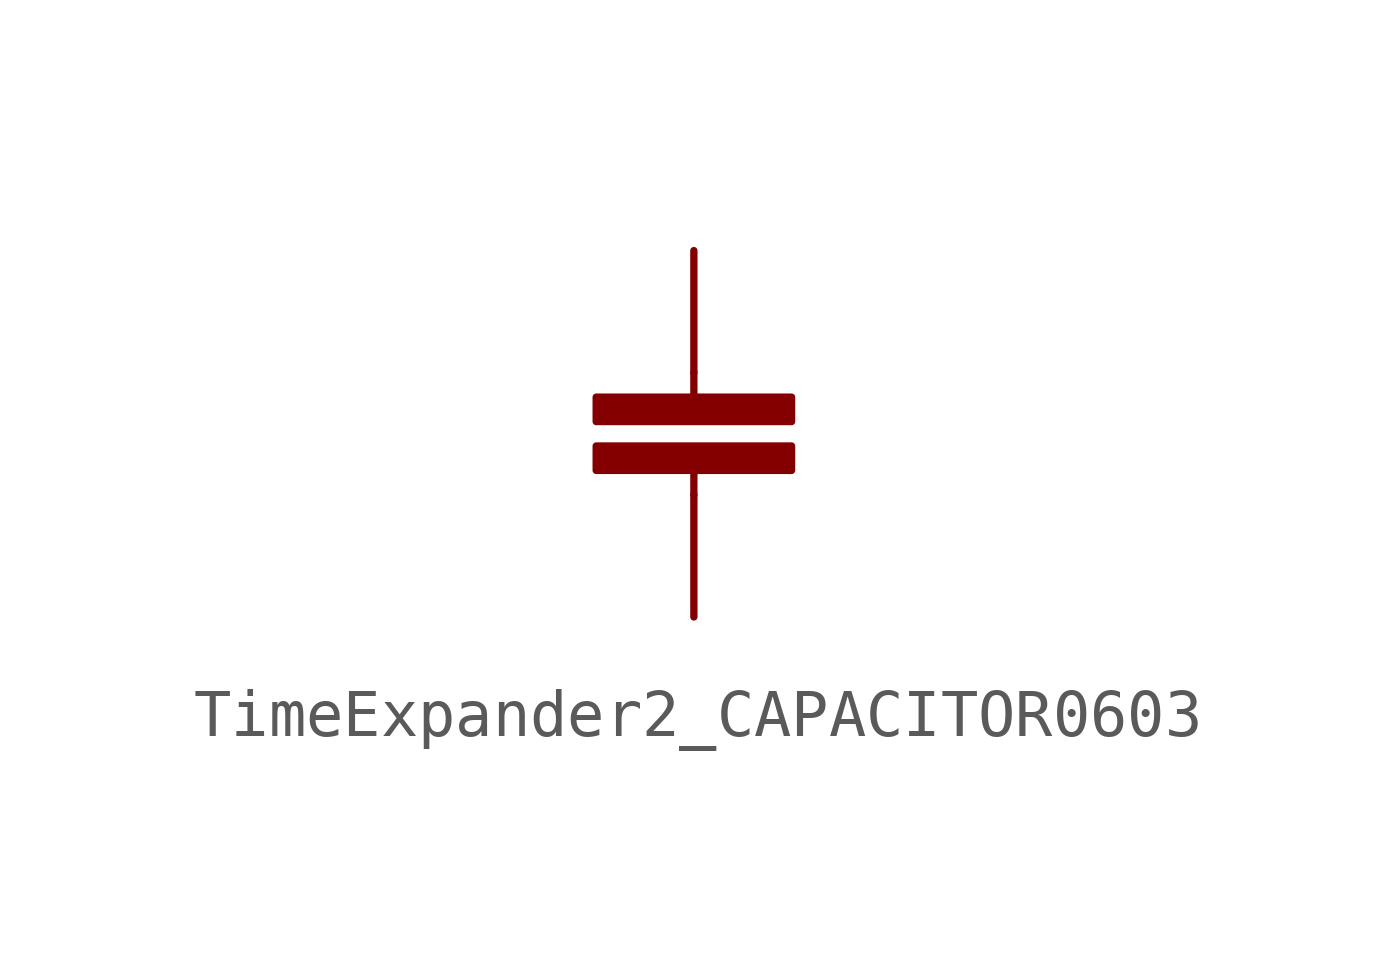
<source format=kicad_sym>
(kicad_symbol_lib
  (version 20231120)
  (generator "kicad_symbol_editor")
  (generator_version "8.0")
  (symbol "TimeExpander2_CAPACITOR0603"
    (property "Reference" ""
      (at 1.778 0.508 0)
      (effects (font (size 1.27 1.079)) (justify left bottom) (hide yes)))
    (property "Value" ""
      (at 1.778 -3.81 0)
      (effects (font (size 1.27 1.079)) (justify left bottom)))
    (property "ki_locked" ""
      (at 0 0 0)
      (effects (font (size 1.27 1.27))))
    (symbol "TimeExpander2_CAPACITOR0603_1_0"
      (rectangle (start -2.032 -2.032) (end 2.032 -1.524) (stroke (width 0) (type default)) (fill (type outline)))
      (rectangle (start -2.032 -1.016) (end 2.032 -0.508) (stroke (width 0) (type default)) (fill (type outline)))
      (polyline (pts (xy 0 -2.54) (xy 0 -2.032)) (stroke (width 0.152) (type solid)) (fill (type none)))
      (polyline (pts (xy 0 0) (xy 0 -0.508)) (stroke (width 0.152) (type solid)) (fill (type none)))
      (pin passive line (at 0 2.54 270) (length 2.54) (name "1" (effects (font (size 0 0)))) (number "P$1" (effects (font (size 0 0)))))
      (pin passive line (at 0 -5.08 90) (length 2.54) (name "2" (effects (font (size 0 0)))) (number "P$2" (effects (font (size 0 0))))))))
</source>
